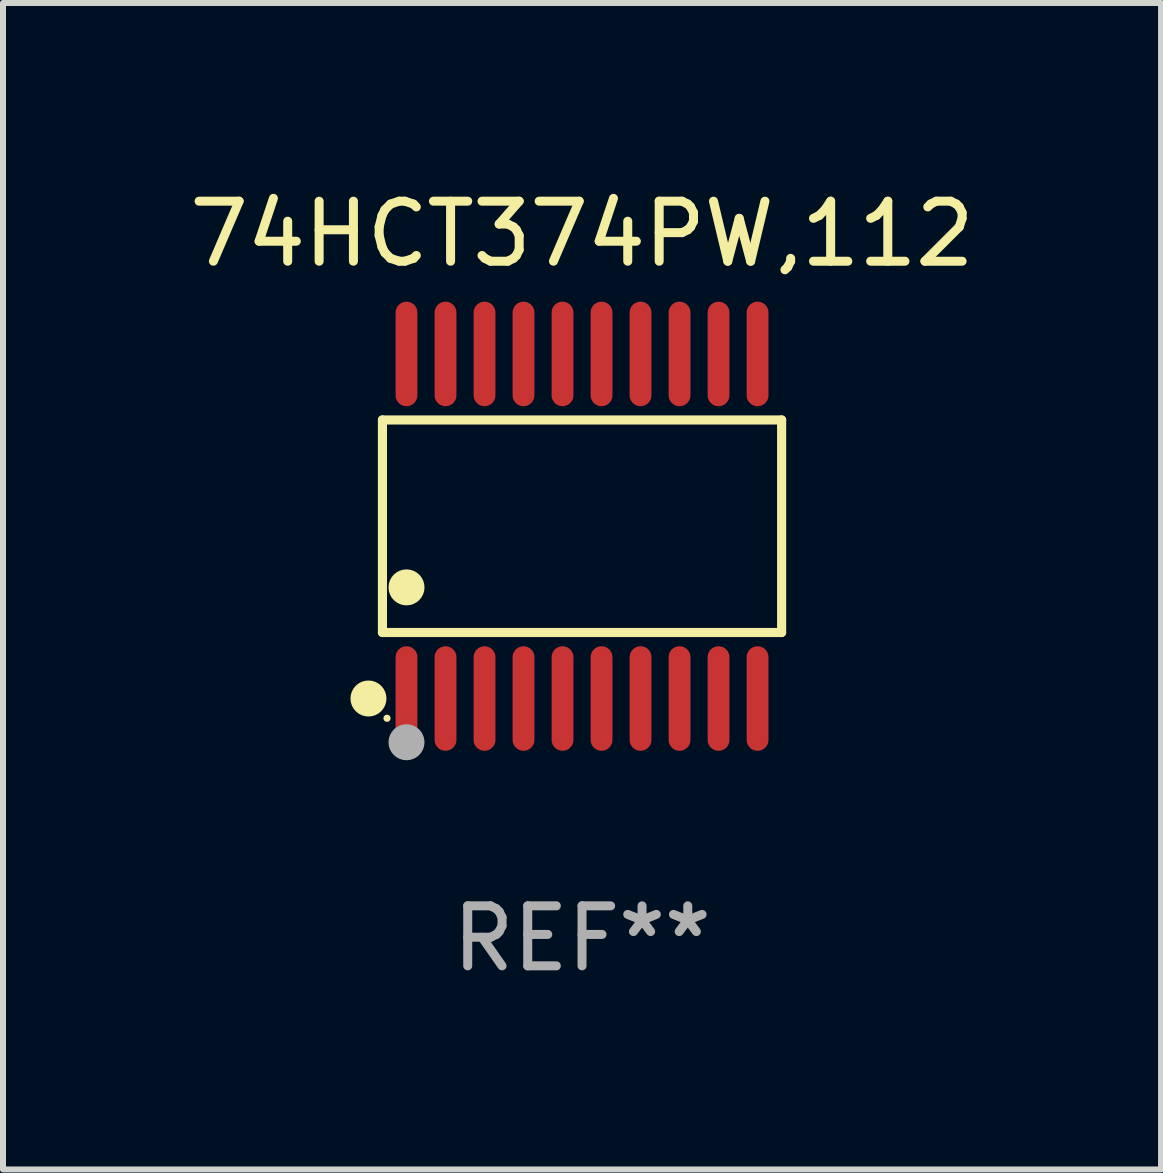
<source format=kicad_pcb>
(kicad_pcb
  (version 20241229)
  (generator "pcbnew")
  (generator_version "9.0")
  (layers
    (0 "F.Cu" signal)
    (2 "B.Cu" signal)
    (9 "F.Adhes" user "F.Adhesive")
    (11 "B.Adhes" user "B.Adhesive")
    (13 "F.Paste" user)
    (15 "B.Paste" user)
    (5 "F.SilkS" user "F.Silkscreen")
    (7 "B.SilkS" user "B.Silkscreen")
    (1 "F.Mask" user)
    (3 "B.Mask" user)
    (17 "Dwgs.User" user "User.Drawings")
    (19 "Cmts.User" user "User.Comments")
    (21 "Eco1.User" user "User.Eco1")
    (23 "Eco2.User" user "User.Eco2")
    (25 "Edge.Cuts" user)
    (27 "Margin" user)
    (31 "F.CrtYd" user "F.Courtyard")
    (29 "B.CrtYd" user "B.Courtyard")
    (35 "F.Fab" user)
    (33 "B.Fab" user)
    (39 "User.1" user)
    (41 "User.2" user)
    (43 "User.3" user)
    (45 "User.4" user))
  (footprint "74HCT374PW,112"
    (layer "F.Cu")
    (at 6.649 5.719)
    (property "Reference" "74HCT374PW,112" (at 0 -4.871 0) (layer "F.SilkS") (effects (font (size 1 1) (thickness 0.15))))
    (attr through_hole)
    (fp_line (start -3.326 -1.771) (end 3.326 -1.771) (stroke (width 0.152) (type solid)) (layer "F.SilkS"))
    (fp_line (start -3.326 1.771) (end -3.326 -1.771) (stroke (width 0.152) (type solid)) (layer "F.SilkS"))
    (fp_line (start 3.326 -1.771) (end 3.326 1.771) (stroke (width 0.152) (type solid)) (layer "F.SilkS"))
    (fp_line (start 3.326 1.771) (end -3.326 1.771) (stroke (width 0.152) (type solid)) (layer "F.SilkS"))
    (fp_circle (center -3.559 2.871) (end -3.409 2.871) (stroke (width 0.3) (type solid)) (fill no) (layer "F.SilkS"))
    (fp_circle (center -3.25 3.2) (end -3.22 3.2) (stroke (width 0.06) (type solid)) (fill no) (layer "F.SilkS"))
    (fp_circle (center -2.925 1.019) (end -2.775 1.019) (stroke (width 0.3) (type solid)) (fill no) (layer "F.SilkS"))
    (fp_circle (center -2.925 3.6) (end -2.775 3.6) (stroke (width 0.3) (type solid)) (fill no) (layer "F.Fab"))
    (fp_text user "REF**" (at 0 6.871 0) (layer "F.Fab") (effects (font (size 1 1) (thickness 0.15))))
    (pad "1" smd oval (at -2.925 2.871) (size 0.364 1.742) (layers "F.Cu" "F.Mask" "F.Paste"))
    (pad "2" smd oval (at -2.275 2.871) (size 0.364 1.742) (layers "F.Cu" "F.Mask" "F.Paste"))
    (pad "3" smd oval (at -1.625 2.871) (size 0.364 1.742) (layers "F.Cu" "F.Mask" "F.Paste"))
    (pad "4" smd oval (at -0.975 2.871) (size 0.364 1.742) (layers "F.Cu" "F.Mask" "F.Paste"))
    (pad "5" smd oval (at -0.325 2.871) (size 0.364 1.742) (layers "F.Cu" "F.Mask" "F.Paste"))
    (pad "6" smd oval (at 0.325 2.871) (size 0.364 1.742) (layers "F.Cu" "F.Mask" "F.Paste"))
    (pad "7" smd oval (at 0.975 2.871) (size 0.364 1.742) (layers "F.Cu" "F.Mask" "F.Paste"))
    (pad "8" smd oval (at 1.625 2.871) (size 0.364 1.742) (layers "F.Cu" "F.Mask" "F.Paste"))
    (pad "9" smd oval (at 2.275 2.871) (size 0.364 1.742) (layers "F.Cu" "F.Mask" "F.Paste"))
    (pad "10" smd oval (at 2.925 2.871) (size 0.364 1.742) (layers "F.Cu" "F.Mask" "F.Paste"))
    (pad "11" smd oval (at 2.925 -2.871) (size 0.364 1.742) (layers "F.Cu" "F.Mask" "F.Paste"))
    (pad "12" smd oval (at 2.275 -2.871) (size 0.364 1.742) (layers "F.Cu" "F.Mask" "F.Paste"))
    (pad "13" smd oval (at 1.625 -2.871) (size 0.364 1.742) (layers "F.Cu" "F.Mask" "F.Paste"))
    (pad "14" smd oval (at 0.975 -2.871) (size 0.364 1.742) (layers "F.Cu" "F.Mask" "F.Paste"))
    (pad "15" smd oval (at 0.325 -2.871) (size 0.364 1.742) (layers "F.Cu" "F.Mask" "F.Paste"))
    (pad "16" smd oval (at -0.325 -2.871) (size 0.364 1.742) (layers "F.Cu" "F.Mask" "F.Paste"))
    (pad "17" smd oval (at -0.975 -2.871) (size 0.364 1.742) (layers "F.Cu" "F.Mask" "F.Paste"))
    (pad "18" smd oval (at -1.625 -2.871) (size 0.364 1.742) (layers "F.Cu" "F.Mask" "F.Paste"))
    (pad "19" smd oval (at -2.275 -2.871) (size 0.364 1.742) (layers "F.Cu" "F.Mask" "F.Paste"))
    (pad "20" smd oval (at -2.925 -2.871) (size 0.364 1.742) (layers "F.Cu" "F.Mask" "F.Paste")))
  (gr_rect
    (start -3 -3)
    (end 16.298 16.438)
    (stroke (width 0.1) (type default))
    (fill no)
    (layer "Edge.Cuts")))
</source>
